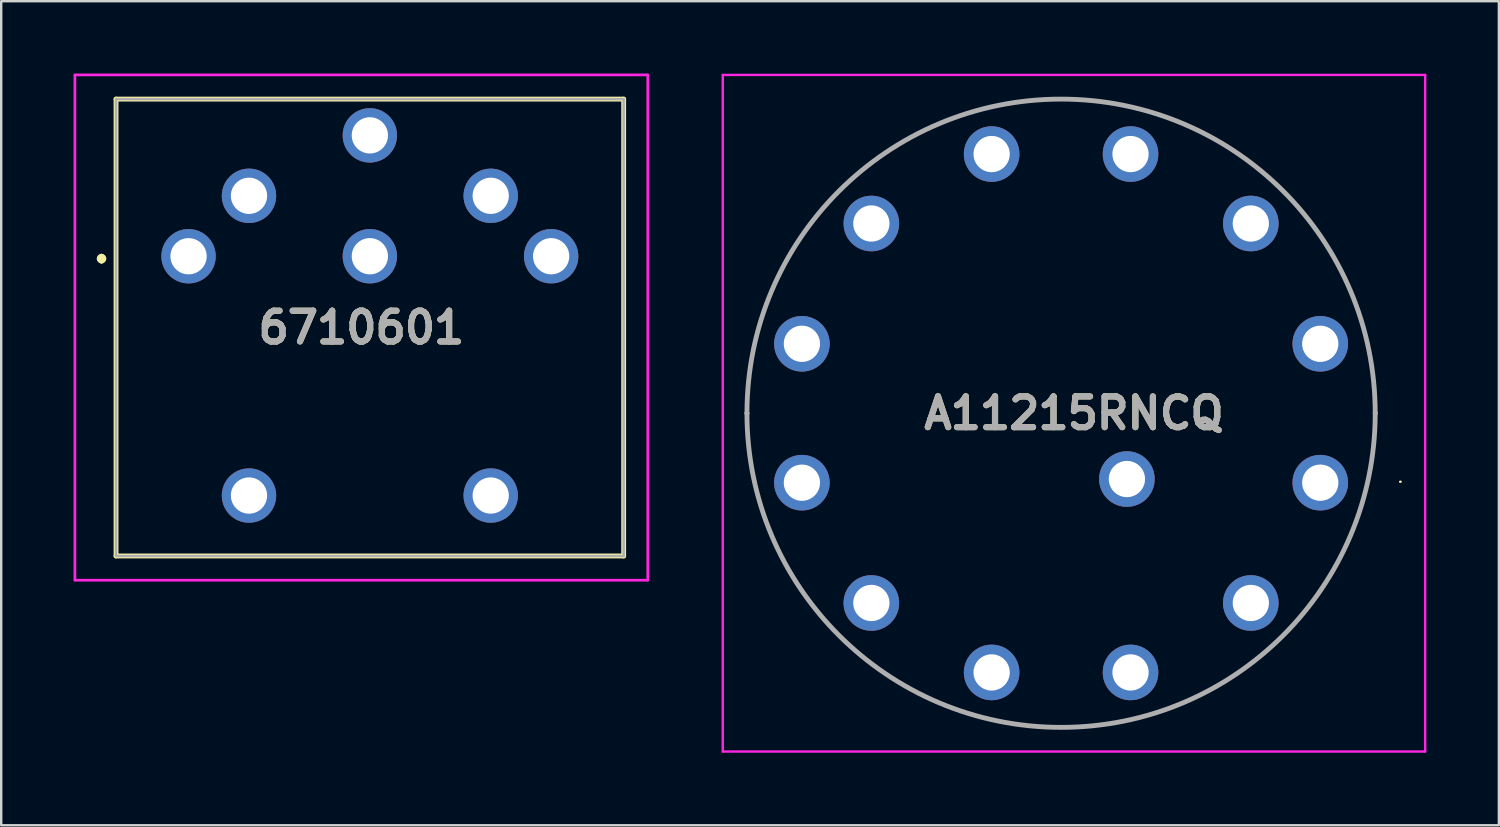
<source format=kicad_pcb>
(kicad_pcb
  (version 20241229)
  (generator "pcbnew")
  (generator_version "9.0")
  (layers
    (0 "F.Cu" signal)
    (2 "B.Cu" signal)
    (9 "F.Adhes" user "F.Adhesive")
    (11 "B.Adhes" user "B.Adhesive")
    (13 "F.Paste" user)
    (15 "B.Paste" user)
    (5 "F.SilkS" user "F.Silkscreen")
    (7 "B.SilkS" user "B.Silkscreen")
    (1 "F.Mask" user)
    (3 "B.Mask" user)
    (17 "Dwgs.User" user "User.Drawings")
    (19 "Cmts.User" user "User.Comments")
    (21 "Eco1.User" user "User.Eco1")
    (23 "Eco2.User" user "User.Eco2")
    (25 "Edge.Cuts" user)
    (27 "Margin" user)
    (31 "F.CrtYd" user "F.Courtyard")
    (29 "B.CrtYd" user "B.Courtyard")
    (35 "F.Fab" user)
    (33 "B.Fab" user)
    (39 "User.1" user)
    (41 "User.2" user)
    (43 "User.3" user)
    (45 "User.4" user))
  (footprint "A11215RNCQ"
    (layer "F.Cu")
    (at 51.567 16.918)
    (property "Reference" "A11215RNCQ" (at -10.189 -2.873 0) (layer "F.SilkS") (effects (font (size 1.27 1.27) (thickness 0.254))))
    (attr through_hole)
    (fp_line (start -23.717 -2.873) (end -23.717 -2.873) (stroke (width 0.1) (type solid)) (layer "F.SilkS"))
    (fp_line (start 2.273 -2.873) (end 2.273 -2.873) (stroke (width 0.1) (type solid)) (layer "F.SilkS"))
    (fp_line (start 3.287 -0.04) (end 3.287 -0.04) (stroke (width 0.052) (type solid)) (layer "F.SilkS"))
    (fp_line (start 3.339 -0.04) (end 3.339 -0.04) (stroke (width 0.052) (type solid)) (layer "F.SilkS"))
    (fp_arc (start -23.717 -2.873) (mid -10.722 -15.868) (end 2.273 -2.873) (stroke (width 0.1) (type solid)) (layer "F.SilkS"))
    (fp_arc (start 2.273 -2.873) (mid -10.722 10.122) (end -23.717 -2.873) (stroke (width 0.1) (type solid)) (layer "F.SilkS"))
    (fp_arc (start 3.287 -0.04) (mid 3.313 -0.066) (end 3.339 -0.04) (stroke (width 0.052) (type solid)) (layer "F.SilkS"))
    (fp_arc (start 3.339 -0.04) (mid 3.313 -0.014) (end 3.287 -0.04) (stroke (width 0.052) (type solid)) (layer "F.SilkS"))
    (fp_line (start -24.717 -16.868) (end 4.339 -16.868) (stroke (width 0.1) (type solid)) (layer "F.CrtYd"))
    (fp_line (start -24.717 11.122) (end -24.717 -16.868) (stroke (width 0.1) (type solid)) (layer "F.CrtYd"))
    (fp_line (start 4.339 -16.868) (end 4.339 11.122) (stroke (width 0.1) (type solid)) (layer "F.CrtYd"))
    (fp_line (start 4.339 11.122) (end -24.717 11.122) (stroke (width 0.1) (type solid)) (layer "F.CrtYd"))
    (fp_line (start -23.717 -2.873) (end -23.717 -2.873) (stroke (width 0.2) (type solid)) (layer "F.Fab"))
    (fp_line (start 2.273 -2.873) (end 2.273 -2.873) (stroke (width 0.2) (type solid)) (layer "F.Fab"))
    (fp_arc (start -23.717 -2.873) (mid -10.722 -15.868) (end 2.273 -2.873) (stroke (width 0.2) (type solid)) (layer "F.Fab"))
    (fp_arc (start 2.273 -2.873) (mid -10.722 10.122) (end -23.717 -2.873) (stroke (width 0.2) (type solid)) (layer "F.Fab"))
    (fp_text user "${REFERENCE}" (at -10.189 -2.873 0) (layer "F.Fab") (effects (font (size 1.27 1.27) (thickness 0.254))))
    (pad "1" thru_hole circle (at 0 0) (size 2.3 2.3) (drill 1.5) (layers "*.Cu" "*.Mask"))
    (pad "2" thru_hole circle (at -2.873 4.976) (size 2.3 2.3) (drill 1.5) (layers "*.Cu" "*.Mask"))
    (pad "3" thru_hole circle (at -7.849 7.849) (size 2.3 2.3) (drill 1.5) (layers "*.Cu" "*.Mask"))
    (pad "4" thru_hole circle (at -13.595 7.849) (size 2.3 2.3) (drill 1.5) (layers "*.Cu" "*.Mask"))
    (pad "5" thru_hole circle (at -18.571 4.976) (size 2.3 2.3) (drill 1.5) (layers "*.Cu" "*.Mask"))
    (pad "6" thru_hole circle (at -21.444 0) (size 2.3 2.3) (drill 1.5) (layers "*.Cu" "*.Mask"))
    (pad "7" thru_hole circle (at -21.444 -5.746) (size 2.3 2.3) (drill 1.5) (layers "*.Cu" "*.Mask"))
    (pad "8" thru_hole circle (at -18.571 -10.722) (size 2.3 2.3) (drill 1.5) (layers "*.Cu" "*.Mask"))
    (pad "9" thru_hole circle (at -13.595 -13.595) (size 2.3 2.3) (drill 1.5) (layers "*.Cu" "*.Mask"))
    (pad "10" thru_hole circle (at -7.849 -13.595) (size 2.3 2.3) (drill 1.5) (layers "*.Cu" "*.Mask"))
    (pad "11" thru_hole circle (at -2.873 -10.722) (size 2.3 2.3) (drill 1.5) (layers "*.Cu" "*.Mask"))
    (pad "12" thru_hole circle (at 0 -5.746) (size 2.3 2.3) (drill 1.5) (layers "*.Cu" "*.Mask"))
    (pad "A1" thru_hole circle (at -7.999 -0.151) (size 2.3 2.3) (drill 1.5) (layers "*.Cu" "*.Mask")))
  (footprint "6710601"
    (layer "F.Cu")
    (at 4.75 7.55)
    (property "Reference" "6710601" (at 7.15 2.95 0) (layer "F.SilkS") (effects (font (size 1.27 1.27) (thickness 0.254))))
    (attr through_hole)
    (fp_line (start -3.6 0) (end -3.6 0) (stroke (width 0.2) (type solid)) (layer "F.SilkS"))
    (fp_line (start -3.6 0.2) (end -3.6 0.2) (stroke (width 0.2) (type solid)) (layer "F.SilkS"))
    (fp_line (start -3 -6.5) (end 18 -6.5) (stroke (width 0.2) (type solid)) (layer "F.SilkS"))
    (fp_line (start -3 12.4) (end -3 -6.5) (stroke (width 0.2) (type solid)) (layer "F.SilkS"))
    (fp_line (start 18 -6.5) (end 18 12.4) (stroke (width 0.2) (type solid)) (layer "F.SilkS"))
    (fp_line (start 18 12.4) (end -3 12.4) (stroke (width 0.2) (type solid)) (layer "F.SilkS"))
    (fp_arc (start -3.6 0) (mid -3.5 0.1) (end -3.6 0.2) (stroke (width 0.2) (type solid)) (layer "F.SilkS"))
    (fp_arc (start -3.6 0.2) (mid -3.7 0.1) (end -3.6 0) (stroke (width 0.2) (type solid)) (layer "F.SilkS"))
    (fp_line (start -4.7 -7.5) (end 19 -7.5) (stroke (width 0.1) (type solid)) (layer "F.CrtYd"))
    (fp_line (start -4.7 -7.5) (end 19 -7.5) (stroke (width 0.1) (type solid)) (layer "F.CrtYd"))
    (fp_line (start -4.7 13.4) (end -4.7 -7.5) (stroke (width 0.1) (type solid)) (layer "F.CrtYd"))
    (fp_line (start -4.7 13.4) (end -4.7 -7.5) (stroke (width 0.1) (type solid)) (layer "F.CrtYd"))
    (fp_line (start 19 -7.5) (end 19 13.4) (stroke (width 0.1) (type solid)) (layer "F.CrtYd"))
    (fp_line (start 19 -7.5) (end 19 13.4) (stroke (width 0.1) (type solid)) (layer "F.CrtYd"))
    (fp_line (start 19 13.4) (end -4.7 13.4) (stroke (width 0.1) (type solid)) (layer "F.CrtYd"))
    (fp_line (start 19 13.4) (end -4.7 13.4) (stroke (width 0.1) (type solid)) (layer "F.CrtYd"))
    (fp_line (start -3 -6.5) (end -3 12.4) (stroke (width 0.1) (type solid)) (layer "F.Fab"))
    (fp_line (start -3 12.4) (end 18 12.4) (stroke (width 0.1) (type solid)) (layer "F.Fab"))
    (fp_line (start 18 -6.5) (end -3 -6.5) (stroke (width 0.1) (type solid)) (layer "F.Fab"))
    (fp_line (start 18 12.4) (end 18 -6.5) (stroke (width 0.1) (type solid)) (layer "F.Fab"))
    (fp_text user "${REFERENCE}" (at 7.15 2.95 0) (layer "F.Fab") (effects (font (size 1.27 1.27) (thickness 0.254))))
    (pad "1" thru_hole circle (at 0 0) (size 2.25 2.25) (drill 1.5) (layers "*.Cu" "*.Mask"))
    (pad "2" thru_hole circle (at 7.5 0) (size 2.25 2.25) (drill 1.5) (layers "*.Cu" "*.Mask"))
    (pad "3" thru_hole circle (at 15 0) (size 2.25 2.25) (drill 1.5) (layers "*.Cu" "*.Mask"))
    (pad "4" thru_hole circle (at 2.5 -2.5) (size 2.25 2.25) (drill 1.5) (layers "*.Cu" "*.Mask"))
    (pad "5" thru_hole circle (at 12.5 -2.5) (size 2.25 2.25) (drill 1.5) (layers "*.Cu" "*.Mask"))
    (pad "8" thru_hole circle (at 7.5 -5) (size 2.25 2.25) (drill 1.5) (layers "*.Cu" "*.Mask"))
    (pad "MH1" thru_hole circle (at 2.5 9.9) (size 2.25 2.25) (drill 1.5) (layers "*.Cu" "*.Mask"))
    (pad "MH2" thru_hole circle (at 12.5 9.9) (size 2.25 2.25) (drill 1.5) (layers "*.Cu" "*.Mask")))
  (gr_rect
    (start -3 -3)
    (end 58.956 31.09)
    (stroke (width 0.1) (type default))
    (fill no)
    (layer "Edge.Cuts")))
</source>
